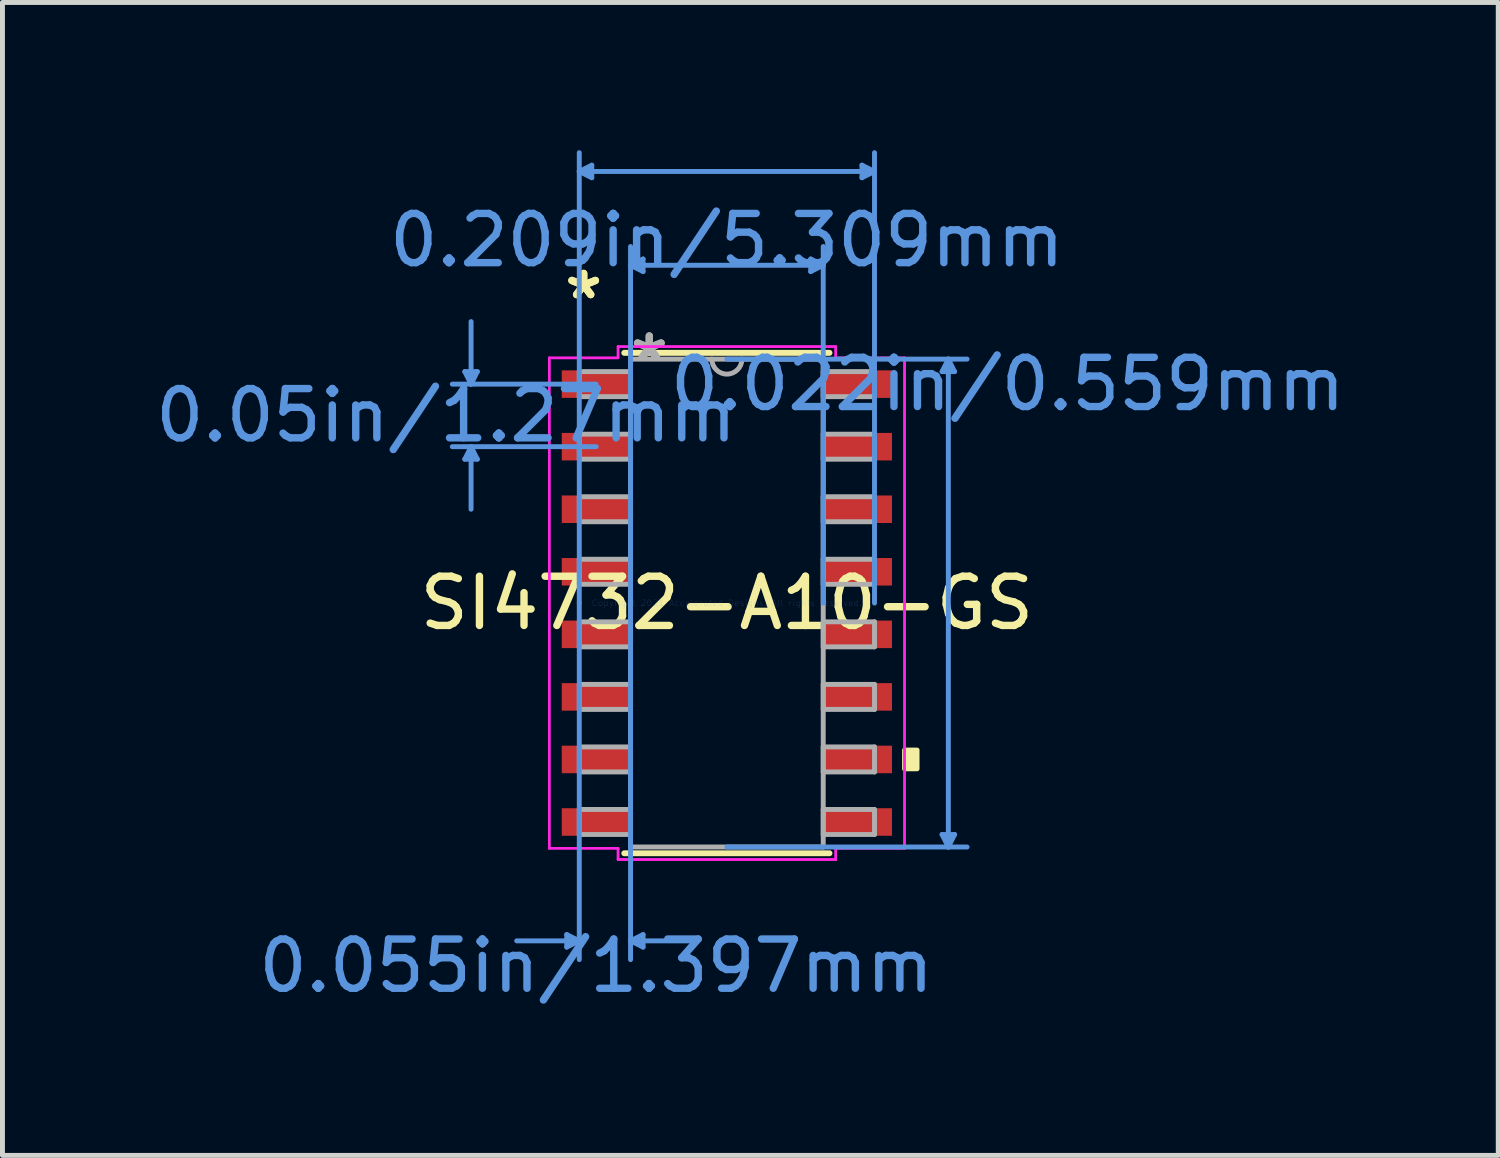
<source format=kicad_pcb>
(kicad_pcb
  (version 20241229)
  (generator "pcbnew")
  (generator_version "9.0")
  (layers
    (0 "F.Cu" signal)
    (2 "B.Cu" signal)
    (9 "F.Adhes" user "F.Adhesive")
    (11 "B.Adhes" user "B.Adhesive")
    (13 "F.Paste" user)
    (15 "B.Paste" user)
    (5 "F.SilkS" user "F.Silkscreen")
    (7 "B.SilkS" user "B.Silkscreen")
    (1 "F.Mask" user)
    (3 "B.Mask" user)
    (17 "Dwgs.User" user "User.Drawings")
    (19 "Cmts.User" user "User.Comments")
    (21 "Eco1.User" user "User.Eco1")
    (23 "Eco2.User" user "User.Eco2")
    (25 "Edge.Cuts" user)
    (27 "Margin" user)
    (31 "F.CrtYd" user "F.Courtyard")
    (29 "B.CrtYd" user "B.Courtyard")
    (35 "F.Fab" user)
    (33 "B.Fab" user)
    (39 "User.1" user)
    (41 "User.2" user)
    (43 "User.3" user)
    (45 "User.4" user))
  (footprint "SI4732-A10-GS"
    (layer "F.Cu")
    (at 11.708 9.194)
    (property "Reference" "SI4732-A10-GS" (at 0 0 0) (layer "F.SilkS") (effects (font (size 1 1) (thickness 0.15))))
    (attr through_hole)
    (fp_line (start -2.083 5.08) (end 2.083 5.08) (stroke (width 0.12) (type solid)) (layer "F.SilkS"))
    (fp_line (start 2.083 -5.08) (end -2.083 -5.08) (stroke (width 0.12) (type solid)) (layer "F.SilkS"))
    (fp_poly (pts (xy 3.861 2.985) (xy 3.861 3.365) (xy 3.607 3.365) (xy 3.607 2.985)) (stroke (width 0.1) (type solid)) (fill yes) (layer "F.SilkS"))
    (fp_line (start -5.321 -4.699) (end -5.067 -4.699) (stroke (width 0.1) (type solid)) (layer "Cmts.User"))
    (fp_line (start -5.321 -2.921) (end -5.067 -2.921) (stroke (width 0.1) (type solid)) (layer "Cmts.User"))
    (fp_line (start -5.194 -4.445) (end -5.321 -4.699) (stroke (width 0.1) (type solid)) (layer "Cmts.User"))
    (fp_line (start -5.194 -4.445) (end -5.194 -5.715) (stroke (width 0.1) (type solid)) (layer "Cmts.User"))
    (fp_line (start -5.194 -4.445) (end -5.067 -4.699) (stroke (width 0.1) (type solid)) (layer "Cmts.User"))
    (fp_line (start -5.194 -3.175) (end -5.321 -2.921) (stroke (width 0.1) (type solid)) (layer "Cmts.User"))
    (fp_line (start -5.194 -3.175) (end -5.194 -1.905) (stroke (width 0.1) (type solid)) (layer "Cmts.User"))
    (fp_line (start -5.194 -3.175) (end -5.067 -2.921) (stroke (width 0.1) (type solid)) (layer "Cmts.User"))
    (fp_line (start -3.251 6.731) (end -3.251 6.985) (stroke (width 0.1) (type solid)) (layer "Cmts.User"))
    (fp_line (start -2.997 -8.763) (end -2.743 -8.89) (stroke (width 0.1) (type solid)) (layer "Cmts.User"))
    (fp_line (start -2.997 -8.763) (end -2.743 -8.636) (stroke (width 0.1) (type solid)) (layer "Cmts.User"))
    (fp_line (start -2.997 -8.763) (end 2.997 -8.763) (stroke (width 0.1) (type solid)) (layer "Cmts.User"))
    (fp_line (start -2.997 0) (end -2.997 -9.144) (stroke (width 0.1) (type solid)) (layer "Cmts.User"))
    (fp_line (start -2.997 0) (end -2.997 7.239) (stroke (width 0.1) (type solid)) (layer "Cmts.User"))
    (fp_line (start -2.997 6.858) (end -4.267 6.858) (stroke (width 0.1) (type solid)) (layer "Cmts.User"))
    (fp_line (start -2.997 6.858) (end -3.251 6.731) (stroke (width 0.1) (type solid)) (layer "Cmts.User"))
    (fp_line (start -2.997 6.858) (end -3.251 6.985) (stroke (width 0.1) (type solid)) (layer "Cmts.User"))
    (fp_line (start -2.743 -8.89) (end -2.743 -8.636) (stroke (width 0.1) (type solid)) (layer "Cmts.User"))
    (fp_line (start -2.654 -4.445) (end -5.575 -4.445) (stroke (width 0.1) (type solid)) (layer "Cmts.User"))
    (fp_line (start -2.654 -3.175) (end -5.575 -3.175) (stroke (width 0.1) (type solid)) (layer "Cmts.User"))
    (fp_line (start -1.956 -6.858) (end -1.702 -6.985) (stroke (width 0.1) (type solid)) (layer "Cmts.User"))
    (fp_line (start -1.956 -6.858) (end -1.702 -6.731) (stroke (width 0.1) (type solid)) (layer "Cmts.User"))
    (fp_line (start -1.956 -6.858) (end 1.956 -6.858) (stroke (width 0.1) (type solid)) (layer "Cmts.User"))
    (fp_line (start -1.956 0) (end -1.956 -7.239) (stroke (width 0.1) (type solid)) (layer "Cmts.User"))
    (fp_line (start -1.956 0) (end -1.956 7.239) (stroke (width 0.1) (type solid)) (layer "Cmts.User"))
    (fp_line (start -1.956 6.858) (end -1.702 6.731) (stroke (width 0.1) (type solid)) (layer "Cmts.User"))
    (fp_line (start -1.956 6.858) (end -1.702 6.985) (stroke (width 0.1) (type solid)) (layer "Cmts.User"))
    (fp_line (start -1.956 6.858) (end -0.686 6.858) (stroke (width 0.1) (type solid)) (layer "Cmts.User"))
    (fp_line (start -1.702 -6.985) (end -1.702 -6.731) (stroke (width 0.1) (type solid)) (layer "Cmts.User"))
    (fp_line (start -1.702 6.731) (end -1.702 6.985) (stroke (width 0.1) (type solid)) (layer "Cmts.User"))
    (fp_line (start 0 -4.953) (end 4.877 -4.953) (stroke (width 0.1) (type solid)) (layer "Cmts.User"))
    (fp_line (start 0 4.953) (end 4.877 4.953) (stroke (width 0.1) (type solid)) (layer "Cmts.User"))
    (fp_line (start 1.702 -6.985) (end 1.702 -6.731) (stroke (width 0.1) (type solid)) (layer "Cmts.User"))
    (fp_line (start 1.956 -6.858) (end 1.702 -6.985) (stroke (width 0.1) (type solid)) (layer "Cmts.User"))
    (fp_line (start 1.956 -6.858) (end 1.702 -6.731) (stroke (width 0.1) (type solid)) (layer "Cmts.User"))
    (fp_line (start 1.956 0) (end 1.956 -7.239) (stroke (width 0.1) (type solid)) (layer "Cmts.User"))
    (fp_line (start 2.743 -8.89) (end 2.743 -8.636) (stroke (width 0.1) (type solid)) (layer "Cmts.User"))
    (fp_line (start 2.997 -8.763) (end 2.743 -8.89) (stroke (width 0.1) (type solid)) (layer "Cmts.User"))
    (fp_line (start 2.997 -8.763) (end 2.743 -8.636) (stroke (width 0.1) (type solid)) (layer "Cmts.User"))
    (fp_line (start 2.997 0) (end 2.997 -9.144) (stroke (width 0.1) (type solid)) (layer "Cmts.User"))
    (fp_line (start 4.369 -4.699) (end 4.623 -4.699) (stroke (width 0.1) (type solid)) (layer "Cmts.User"))
    (fp_line (start 4.369 4.699) (end 4.623 4.699) (stroke (width 0.1) (type solid)) (layer "Cmts.User"))
    (fp_line (start 4.496 -4.953) (end 4.369 -4.699) (stroke (width 0.1) (type solid)) (layer "Cmts.User"))
    (fp_line (start 4.496 -4.953) (end 4.496 4.953) (stroke (width 0.1) (type solid)) (layer "Cmts.User"))
    (fp_line (start 4.496 -4.953) (end 4.623 -4.699) (stroke (width 0.1) (type solid)) (layer "Cmts.User"))
    (fp_line (start 4.496 4.953) (end 4.369 4.699) (stroke (width 0.1) (type solid)) (layer "Cmts.User"))
    (fp_line (start 4.496 4.953) (end 4.623 4.699) (stroke (width 0.1) (type solid)) (layer "Cmts.User"))
    (fp_line (start -3.607 -4.978) (end -2.21 -4.978) (stroke (width 0.05) (type solid)) (layer "F.CrtYd"))
    (fp_line (start -3.607 -4.978) (end -2.21 -4.978) (stroke (width 0.05) (type solid)) (layer "F.CrtYd"))
    (fp_line (start -3.607 4.978) (end -3.607 -4.978) (stroke (width 0.05) (type solid)) (layer "F.CrtYd"))
    (fp_line (start -3.607 4.978) (end -3.607 -4.978) (stroke (width 0.05) (type solid)) (layer "F.CrtYd"))
    (fp_line (start -3.607 4.978) (end -2.21 4.978) (stroke (width 0.05) (type solid)) (layer "F.CrtYd"))
    (fp_line (start -2.21 -5.207) (end 2.21 -5.207) (stroke (width 0.05) (type solid)) (layer "F.CrtYd"))
    (fp_line (start -2.21 -5.207) (end 2.21 -5.207) (stroke (width 0.05) (type solid)) (layer "F.CrtYd"))
    (fp_line (start -2.21 -4.978) (end -2.21 -5.207) (stroke (width 0.05) (type solid)) (layer "F.CrtYd"))
    (fp_line (start -2.21 -4.978) (end -2.21 -5.207) (stroke (width 0.05) (type solid)) (layer "F.CrtYd"))
    (fp_line (start -2.21 4.978) (end -3.607 4.978) (stroke (width 0.05) (type solid)) (layer "F.CrtYd"))
    (fp_line (start -2.21 5.207) (end -2.21 4.978) (stroke (width 0.05) (type solid)) (layer "F.CrtYd"))
    (fp_line (start -2.21 5.207) (end -2.21 4.978) (stroke (width 0.05) (type solid)) (layer "F.CrtYd"))
    (fp_line (start 2.21 -5.207) (end 2.21 -4.978) (stroke (width 0.05) (type solid)) (layer "F.CrtYd"))
    (fp_line (start 2.21 -5.207) (end 2.21 -4.978) (stroke (width 0.05) (type solid)) (layer "F.CrtYd"))
    (fp_line (start 2.21 -4.978) (end 3.607 -4.978) (stroke (width 0.05) (type solid)) (layer "F.CrtYd"))
    (fp_line (start 2.21 4.978) (end 2.21 5.207) (stroke (width 0.05) (type solid)) (layer "F.CrtYd"))
    (fp_line (start 2.21 4.978) (end 2.21 5.207) (stroke (width 0.05) (type solid)) (layer "F.CrtYd"))
    (fp_line (start 2.21 5.207) (end -2.21 5.207) (stroke (width 0.05) (type solid)) (layer "F.CrtYd"))
    (fp_line (start 2.21 5.207) (end -2.21 5.207) (stroke (width 0.05) (type solid)) (layer "F.CrtYd"))
    (fp_line (start 3.607 -4.978) (end 2.21 -4.978) (stroke (width 0.05) (type solid)) (layer "F.CrtYd"))
    (fp_line (start 3.607 -4.978) (end 3.607 4.978) (stroke (width 0.05) (type solid)) (layer "F.CrtYd"))
    (fp_line (start 3.607 -4.978) (end 3.607 4.978) (stroke (width 0.05) (type solid)) (layer "F.CrtYd"))
    (fp_line (start 3.607 4.978) (end 2.21 4.978) (stroke (width 0.05) (type solid)) (layer "F.CrtYd"))
    (fp_line (start 3.607 4.978) (end 2.21 4.978) (stroke (width 0.05) (type solid)) (layer "F.CrtYd"))
    (fp_line (start -2.997 -4.699) (end -2.997 -4.191) (stroke (width 0.1) (type solid)) (layer "F.Fab"))
    (fp_line (start -2.997 -4.191) (end -1.956 -4.191) (stroke (width 0.1) (type solid)) (layer "F.Fab"))
    (fp_line (start -2.997 -3.429) (end -2.997 -2.921) (stroke (width 0.1) (type solid)) (layer "F.Fab"))
    (fp_line (start -2.997 -2.921) (end -1.956 -2.921) (stroke (width 0.1) (type solid)) (layer "F.Fab"))
    (fp_line (start -2.997 -2.159) (end -2.997 -1.651) (stroke (width 0.1) (type solid)) (layer "F.Fab"))
    (fp_line (start -2.997 -1.651) (end -1.956 -1.651) (stroke (width 0.1) (type solid)) (layer "F.Fab"))
    (fp_line (start -2.997 -0.889) (end -2.997 -0.381) (stroke (width 0.1) (type solid)) (layer "F.Fab"))
    (fp_line (start -2.997 -0.381) (end -1.956 -0.381) (stroke (width 0.1) (type solid)) (layer "F.Fab"))
    (fp_line (start -2.997 0.381) (end -2.997 0.889) (stroke (width 0.1) (type solid)) (layer "F.Fab"))
    (fp_line (start -2.997 0.889) (end -1.956 0.889) (stroke (width 0.1) (type solid)) (layer "F.Fab"))
    (fp_line (start -2.997 1.651) (end -2.997 2.159) (stroke (width 0.1) (type solid)) (layer "F.Fab"))
    (fp_line (start -2.997 2.159) (end -1.956 2.159) (stroke (width 0.1) (type solid)) (layer "F.Fab"))
    (fp_line (start -2.997 2.921) (end -2.997 3.429) (stroke (width 0.1) (type solid)) (layer "F.Fab"))
    (fp_line (start -2.997 3.429) (end -1.956 3.429) (stroke (width 0.1) (type solid)) (layer "F.Fab"))
    (fp_line (start -2.997 4.191) (end -2.997 4.699) (stroke (width 0.1) (type solid)) (layer "F.Fab"))
    (fp_line (start -2.997 4.699) (end -1.956 4.699) (stroke (width 0.1) (type solid)) (layer "F.Fab"))
    (fp_line (start -1.956 -4.953) (end -1.956 4.953) (stroke (width 0.1) (type solid)) (layer "F.Fab"))
    (fp_line (start -1.956 -4.699) (end -2.997 -4.699) (stroke (width 0.1) (type solid)) (layer "F.Fab"))
    (fp_line (start -1.956 -4.191) (end -1.956 -4.699) (stroke (width 0.1) (type solid)) (layer "F.Fab"))
    (fp_line (start -1.956 -3.429) (end -2.997 -3.429) (stroke (width 0.1) (type solid)) (layer "F.Fab"))
    (fp_line (start -1.956 -2.921) (end -1.956 -3.429) (stroke (width 0.1) (type solid)) (layer "F.Fab"))
    (fp_line (start -1.956 -2.159) (end -2.997 -2.159) (stroke (width 0.1) (type solid)) (layer "F.Fab"))
    (fp_line (start -1.956 -1.651) (end -1.956 -2.159) (stroke (width 0.1) (type solid)) (layer "F.Fab"))
    (fp_line (start -1.956 -0.889) (end -2.997 -0.889) (stroke (width 0.1) (type solid)) (layer "F.Fab"))
    (fp_line (start -1.956 -0.381) (end -1.956 -0.889) (stroke (width 0.1) (type solid)) (layer "F.Fab"))
    (fp_line (start -1.956 0.381) (end -2.997 0.381) (stroke (width 0.1) (type solid)) (layer "F.Fab"))
    (fp_line (start -1.956 0.889) (end -1.956 0.381) (stroke (width 0.1) (type solid)) (layer "F.Fab"))
    (fp_line (start -1.956 1.651) (end -2.997 1.651) (stroke (width 0.1) (type solid)) (layer "F.Fab"))
    (fp_line (start -1.956 2.159) (end -1.956 1.651) (stroke (width 0.1) (type solid)) (layer "F.Fab"))
    (fp_line (start -1.956 2.921) (end -2.997 2.921) (stroke (width 0.1) (type solid)) (layer "F.Fab"))
    (fp_line (start -1.956 3.429) (end -1.956 2.921) (stroke (width 0.1) (type solid)) (layer "F.Fab"))
    (fp_line (start -1.956 4.191) (end -2.997 4.191) (stroke (width 0.1) (type solid)) (layer "F.Fab"))
    (fp_line (start -1.956 4.699) (end -1.956 4.191) (stroke (width 0.1) (type solid)) (layer "F.Fab"))
    (fp_line (start -1.956 4.953) (end 1.956 4.953) (stroke (width 0.1) (type solid)) (layer "F.Fab"))
    (fp_line (start 1.956 -4.953) (end -1.956 -4.953) (stroke (width 0.1) (type solid)) (layer "F.Fab"))
    (fp_line (start 1.956 -4.699) (end 1.956 -4.191) (stroke (width 0.1) (type solid)) (layer "F.Fab"))
    (fp_line (start 1.956 -4.191) (end 2.997 -4.191) (stroke (width 0.1) (type solid)) (layer "F.Fab"))
    (fp_line (start 1.956 -3.429) (end 1.956 -2.921) (stroke (width 0.1) (type solid)) (layer "F.Fab"))
    (fp_line (start 1.956 -2.921) (end 2.997 -2.921) (stroke (width 0.1) (type solid)) (layer "F.Fab"))
    (fp_line (start 1.956 -2.159) (end 1.956 -1.651) (stroke (width 0.1) (type solid)) (layer "F.Fab"))
    (fp_line (start 1.956 -1.651) (end 2.997 -1.651) (stroke (width 0.1) (type solid)) (layer "F.Fab"))
    (fp_line (start 1.956 -0.889) (end 1.956 -0.381) (stroke (width 0.1) (type solid)) (layer "F.Fab"))
    (fp_line (start 1.956 -0.381) (end 2.997 -0.381) (stroke (width 0.1) (type solid)) (layer "F.Fab"))
    (fp_line (start 1.956 0.381) (end 1.956 0.889) (stroke (width 0.1) (type solid)) (layer "F.Fab"))
    (fp_line (start 1.956 0.889) (end 2.997 0.889) (stroke (width 0.1) (type solid)) (layer "F.Fab"))
    (fp_line (start 1.956 1.651) (end 1.956 2.159) (stroke (width 0.1) (type solid)) (layer "F.Fab"))
    (fp_line (start 1.956 2.159) (end 2.997 2.159) (stroke (width 0.1) (type solid)) (layer "F.Fab"))
    (fp_line (start 1.956 2.921) (end 1.956 3.429) (stroke (width 0.1) (type solid)) (layer "F.Fab"))
    (fp_line (start 1.956 3.429) (end 2.997 3.429) (stroke (width 0.1) (type solid)) (layer "F.Fab"))
    (fp_line (start 1.956 4.191) (end 1.956 4.699) (stroke (width 0.1) (type solid)) (layer "F.Fab"))
    (fp_line (start 1.956 4.699) (end 2.997 4.699) (stroke (width 0.1) (type solid)) (layer "F.Fab"))
    (fp_line (start 1.956 4.953) (end 1.956 -4.953) (stroke (width 0.1) (type solid)) (layer "F.Fab"))
    (fp_line (start 2.997 -4.699) (end 1.956 -4.699) (stroke (width 0.1) (type solid)) (layer "F.Fab"))
    (fp_line (start 2.997 -4.191) (end 2.997 -4.699) (stroke (width 0.1) (type solid)) (layer "F.Fab"))
    (fp_line (start 2.997 -3.429) (end 1.956 -3.429) (stroke (width 0.1) (type solid)) (layer "F.Fab"))
    (fp_line (start 2.997 -2.921) (end 2.997 -3.429) (stroke (width 0.1) (type solid)) (layer "F.Fab"))
    (fp_line (start 2.997 -2.159) (end 1.956 -2.159) (stroke (width 0.1) (type solid)) (layer "F.Fab"))
    (fp_line (start 2.997 -1.651) (end 2.997 -2.159) (stroke (width 0.1) (type solid)) (layer "F.Fab"))
    (fp_line (start 2.997 -0.889) (end 1.956 -0.889) (stroke (width 0.1) (type solid)) (layer "F.Fab"))
    (fp_line (start 2.997 -0.381) (end 2.997 -0.889) (stroke (width 0.1) (type solid)) (layer "F.Fab"))
    (fp_line (start 2.997 0.381) (end 1.956 0.381) (stroke (width 0.1) (type solid)) (layer "F.Fab"))
    (fp_line (start 2.997 0.889) (end 2.997 0.381) (stroke (width 0.1) (type solid)) (layer "F.Fab"))
    (fp_line (start 2.997 1.651) (end 1.956 1.651) (stroke (width 0.1) (type solid)) (layer "F.Fab"))
    (fp_line (start 2.997 2.159) (end 2.997 1.651) (stroke (width 0.1) (type solid)) (layer "F.Fab"))
    (fp_line (start 2.997 2.921) (end 1.956 2.921) (stroke (width 0.1) (type solid)) (layer "F.Fab"))
    (fp_line (start 2.997 3.429) (end 2.997 2.921) (stroke (width 0.1) (type solid)) (layer "F.Fab"))
    (fp_line (start 2.997 4.191) (end 1.956 4.191) (stroke (width 0.1) (type solid)) (layer "F.Fab"))
    (fp_line (start 2.997 4.699) (end 2.997 4.191) (stroke (width 0.1) (type solid)) (layer "F.Fab"))
    (fp_arc (start 0.3048 -4.953) (mid 0 -4.6482) (end -0.3048 -4.953) (stroke (width 0.1) (type solid)) (layer "F.Fab"))
    (fp_text user "*" (at -2.908 -6.147 0) (layer "F.SilkS") (effects (font (size 1 1) (thickness 0.15))))
    (fp_text user "*" (at -2.908 -6.147 0) (layer "F.SilkS") (effects (font (size 1 1) (thickness 0.15))))
    (fp_text user "0.022in/0.559mm" (at 5.702 -4.445 0) (layer "Cmts.User") (effects (font (size 1 1) (thickness 0.15))))
    (fp_text user "Copyright 2021 Accelerated Designs. All rights reserved." (at 0 0 0) (layer "Cmts.User") (effects (font (size 0.127 0.127) (thickness 0.002))))
    (fp_text user "0.209in/5.309mm" (at 0 -7.366 0) (layer "Cmts.User") (effects (font (size 1 1) (thickness 0.15))))
    (fp_text user "0.05in/1.27mm" (at -5.702 -3.81 0) (layer "Cmts.User") (effects (font (size 1 1) (thickness 0.15))))
    (fp_text user "0.055in/1.397mm" (at -2.654 7.366 0) (layer "Cmts.User") (effects (font (size 1 1) (thickness 0.15))))
    (fp_text user "*" (at -1.575 -4.877 0) (layer "F.Fab") (effects (font (size 1 1) (thickness 0.15))))
    (fp_text user "*" (at -1.575 -4.877 0) (layer "F.Fab") (effects (font (size 1 1) (thickness 0.15))))
    (pad "1" smd rect (at -2.654 -4.445) (size 1.397 0.559) (layers "F.Cu" "F.Mask" "F.Paste"))
    (pad "2" smd rect (at -2.654 -3.175) (size 1.397 0.559) (layers "F.Cu" "F.Mask" "F.Paste"))
    (pad "3" smd rect (at -2.654 -1.905) (size 1.397 0.559) (layers "F.Cu" "F.Mask" "F.Paste"))
    (pad "4" smd rect (at -2.654 -0.635) (size 1.397 0.559) (layers "F.Cu" "F.Mask" "F.Paste"))
    (pad "5" smd rect (at -2.654 0.635) (size 1.397 0.559) (layers "F.Cu" "F.Mask" "F.Paste"))
    (pad "6" smd rect (at -2.654 1.905) (size 1.397 0.559) (layers "F.Cu" "F.Mask" "F.Paste"))
    (pad "7" smd rect (at -2.654 3.175) (size 1.397 0.559) (layers "F.Cu" "F.Mask" "F.Paste"))
    (pad "8" smd rect (at -2.654 4.445) (size 1.397 0.559) (layers "F.Cu" "F.Mask" "F.Paste"))
    (pad "9" smd rect (at 2.654 4.445) (size 1.397 0.559) (layers "F.Cu" "F.Mask" "F.Paste"))
    (pad "10" smd rect (at 2.654 3.175) (size 1.397 0.559) (layers "F.Cu" "F.Mask" "F.Paste"))
    (pad "11" smd rect (at 2.654 1.905) (size 1.397 0.559) (layers "F.Cu" "F.Mask" "F.Paste"))
    (pad "12" smd rect (at 2.654 0.635) (size 1.397 0.559) (layers "F.Cu" "F.Mask" "F.Paste"))
    (pad "13" smd rect (at 2.654 -0.635) (size 1.397 0.559) (layers "F.Cu" "F.Mask" "F.Paste"))
    (pad "14" smd rect (at 2.654 -1.905) (size 1.397 0.559) (layers "F.Cu" "F.Mask" "F.Paste"))
    (pad "15" smd rect (at 2.654 -3.175) (size 1.397 0.559) (layers "F.Cu" "F.Mask" "F.Paste"))
    (pad "16" smd rect (at 2.654 -4.445) (size 1.397 0.559) (layers "F.Cu" "F.Mask" "F.Paste")))
  (gr_rect
    (start -3 -3)
    (end 27.369 20.408)
    (stroke (width 0.1) (type default))
    (fill no)
    (layer "Edge.Cuts")))
</source>
